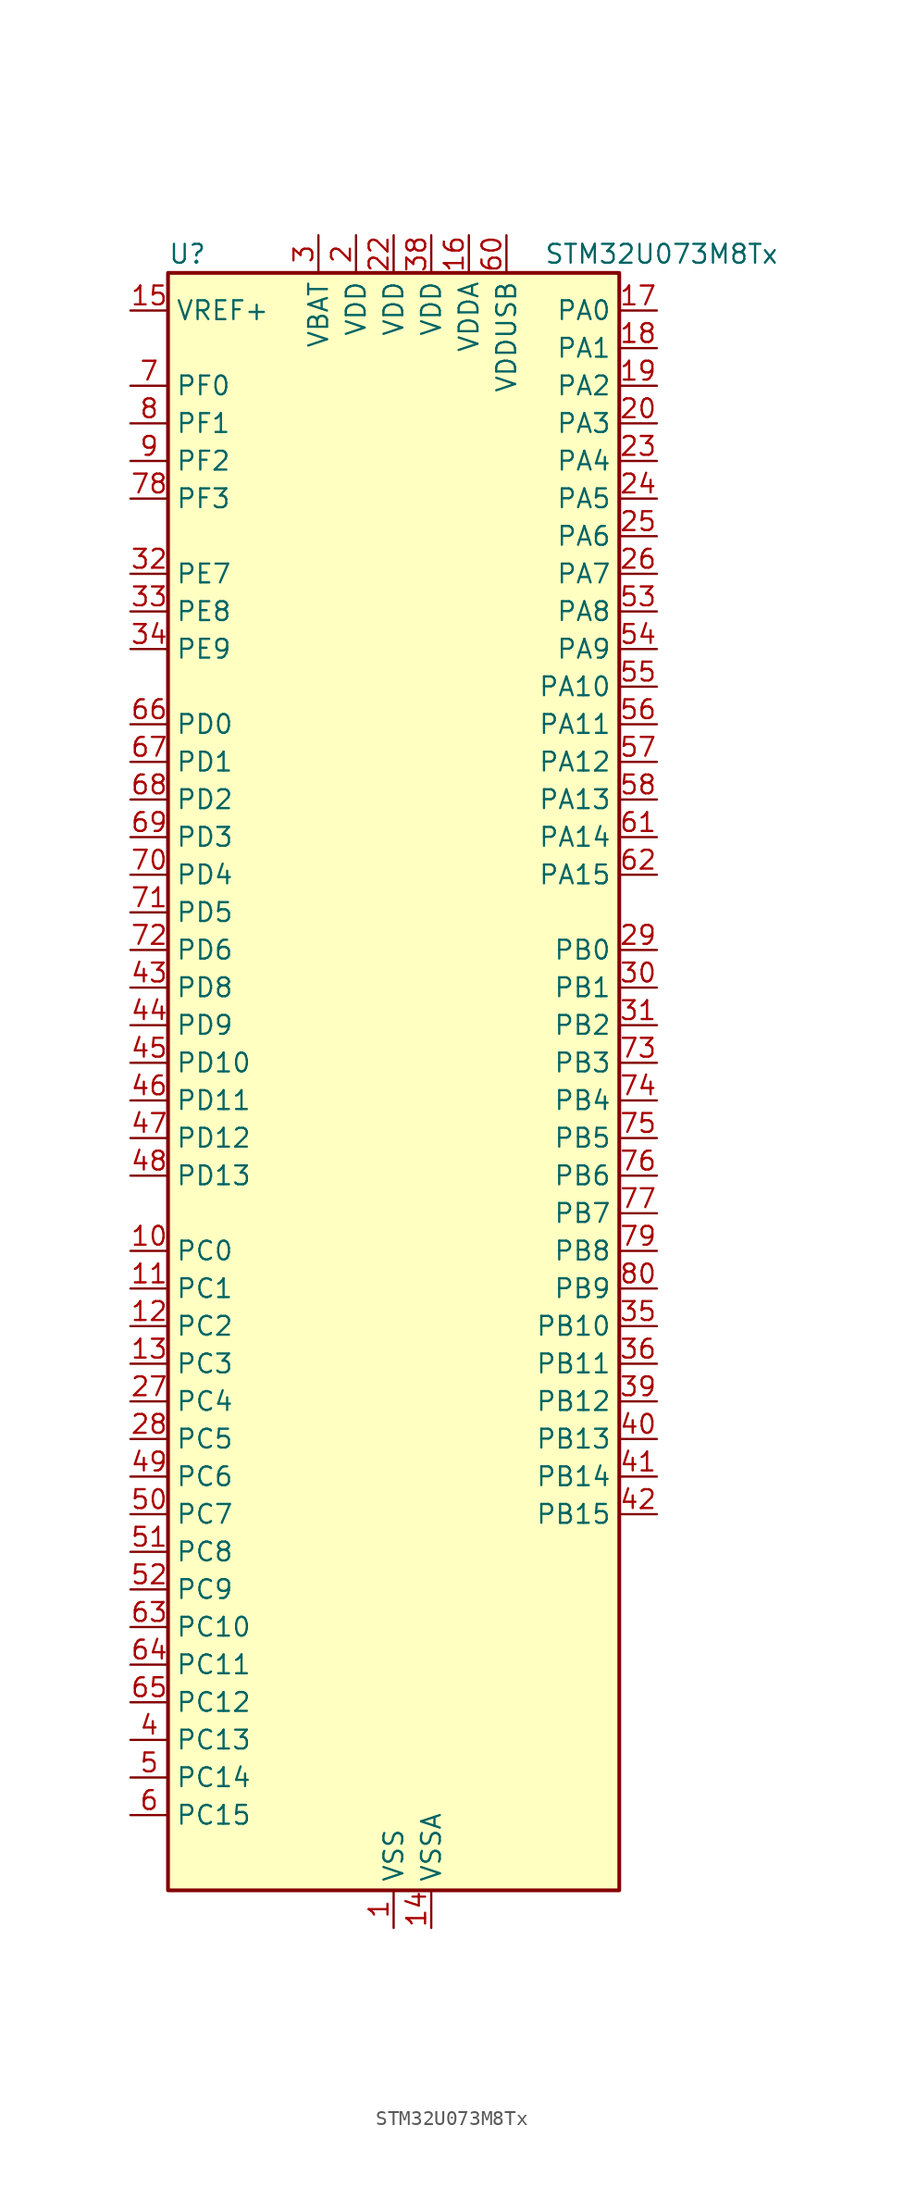
<source format=kicad_sym>
(kicad_symbol_lib
  (version 20231120)
  (generator "kicad_symbol_editor")
  (generator_version "8.99")
  (symbol "STM32U073M8Tx"
    (property "Reference" "U"
      (at -15.24 57.15 0)
      (effects (font (size 1.27 1.27)) (justify left)))
    (property "Value" "STM32U073M8Tx"
      (at 10.16 57.15 0)
      (effects (font (size 1.27 1.27)) (justify left)))
    (property "ki_locked" ""
      (at 0 0 0)
      (effects (font (size 1.27 1.27))))
    (symbol "STM32U073M8Tx_0_1"
      (rectangle (start -15.24 -53.34) (end 15.24 55.88) (stroke (width 0.254) (type default)) (fill (type background))))
    (symbol "STM32U073M8Tx_1_1"
      (pin power_in line (at 0 -55.88 90) (length 2.54) (name "VSS" (effects (font (size 1.27 1.27)))) (number "1" (effects (font (size 1.27 1.27)))))
      (pin bidirectional line (at -17.78 -10.16 0) (length 2.54) (name "PC0" (effects (font (size 1.27 1.27)))) (number "10" (effects (font (size 1.27 1.27)))) (alternate "ADC1_IN0" bidirectional line) (alternate "I2C3_SCL" bidirectional line) (alternate "I2C4_SCL" bidirectional line) (alternate "LCD_BIAS1" bidirectional line) (alternate "LCD_SEG18" bidirectional line) (alternate "LPTIM1_IN1" bidirectional line) (alternate "LPTIM2_IN1" bidirectional line) (alternate "LPUART1_RX" bidirectional line) (alternate "LPUART2_TX" bidirectional line))
      (pin bidirectional line (at -17.78 -12.7 0) (length 2.54) (name "PC1" (effects (font (size 1.27 1.27)))) (number "11" (effects (font (size 1.27 1.27)))) (alternate "ADC1_IN1" bidirectional line) (alternate "I2C3_SDA" bidirectional line) (alternate "I2C4_SDA" bidirectional line) (alternate "LCD_BIAS2" bidirectional line) (alternate "LCD_SEG19" bidirectional line) (alternate "LPTIM1_CH1" bidirectional line) (alternate "LPUART1_TX" bidirectional line) (alternate "LPUART2_RX" bidirectional line))
      (pin bidirectional line (at -17.78 -15.24 0) (length 2.54) (name "PC2" (effects (font (size 1.27 1.27)))) (number "12" (effects (font (size 1.27 1.27)))) (alternate "ADC1_IN2" bidirectional line) (alternate "LCD_BIAS3" bidirectional line) (alternate "LCD_SEG20" bidirectional line) (alternate "LPTIM1_IN2" bidirectional line) (alternate "RCC_MCO2" bidirectional line) (alternate "SPI2_MISO" bidirectional line))
      (pin bidirectional line (at -17.78 -17.78 0) (length 2.54) (name "PC3" (effects (font (size 1.27 1.27)))) (number "13" (effects (font (size 1.27 1.27)))) (alternate "ADC1_IN3" bidirectional line) (alternate "LPTIM1_ETR" bidirectional line) (alternate "LPTIM2_ETR" bidirectional line) (alternate "LPTIM3_CH1" bidirectional line) (alternate "SPI2_MOSI" bidirectional line) (alternate "USART4_CK" bidirectional line))
      (pin power_in line (at 2.54 -55.88 90) (length 2.54) (name "VSSA" (effects (font (size 1.27 1.27)))) (number "14" (effects (font (size 1.27 1.27)))))
      (pin input line (at -17.78 53.34 0) (length 2.54) (name "VREF+" (effects (font (size 1.27 1.27)))) (number "15" (effects (font (size 1.27 1.27)))) (alternate "VREFBUF_OUT" bidirectional line))
      (pin power_in line (at 5.08 58.42 270) (length 2.54) (name "VDDA" (effects (font (size 1.27 1.27)))) (number "16" (effects (font (size 1.27 1.27)))))
      (pin bidirectional line (at 17.78 53.34 180) (length 2.54) (name "PA0" (effects (font (size 1.27 1.27)))) (number "17" (effects (font (size 1.27 1.27)))) (alternate "ADC1_IN4" bidirectional line) (alternate "COMP1_INM" bidirectional line) (alternate "COMP1_OUT" bidirectional line) (alternate "LCD_SEG42" bidirectional line) (alternate "OPAMP1_VINP" bidirectional line) (alternate "PWR_WKUP1" bidirectional line) (alternate "TAMP_IN2" bidirectional line) (alternate "TIM2_CH1" bidirectional line) (alternate "TIM2_ETR" bidirectional line) (alternate "USART2_CTS" bidirectional line) (alternate "USART4_TX" bidirectional line))
      (pin bidirectional line (at 17.78 50.8 180) (length 2.54) (name "PA1" (effects (font (size 1.27 1.27)))) (number "18" (effects (font (size 1.27 1.27)))) (alternate "ADC1_IN5" bidirectional line) (alternate "COMP1_INP" bidirectional line) (alternate "LCD_SEG0" bidirectional line) (alternate "LPTIM1_CH2" bidirectional line) (alternate "OPAMP1_VINM" bidirectional line) (alternate "PWR_WKUP3" bidirectional line) (alternate "SPI1_SCK" bidirectional line) (alternate "SPI2_SCK" bidirectional line) (alternate "TAMP_IN5" bidirectional line) (alternate "TIM15_CH1N" bidirectional line) (alternate "TIM2_CH2" bidirectional line) (alternate "USART2_DE" bidirectional line) (alternate "USART2_RTS" bidirectional line) (alternate "USART4_RX" bidirectional line))
      (pin bidirectional line (at 17.78 48.26 180) (length 2.54) (name "PA2" (effects (font (size 1.27 1.27)))) (number "19" (effects (font (size 1.27 1.27)))) (alternate "ADC1_IN6" bidirectional line) (alternate "COMP2_INM" bidirectional line) (alternate "COMP2_OUT" bidirectional line) (alternate "LCD_SEG1" bidirectional line) (alternate "LPUART1_TX" bidirectional line) (alternate "PWR_WKUP4" bidirectional line) (alternate "RCC_LSCO" bidirectional line) (alternate "TIM15_CH1" bidirectional line) (alternate "TIM2_CH3" bidirectional line) (alternate "USART2_TX" bidirectional line))
      (pin power_in line (at -2.54 58.42 270) (length 2.54) (name "VDD" (effects (font (size 1.27 1.27)))) (number "2" (effects (font (size 1.27 1.27)))))
      (pin bidirectional line (at 17.78 45.72 180) (length 2.54) (name "PA3" (effects (font (size 1.27 1.27)))) (number "20" (effects (font (size 1.27 1.27)))) (alternate "ADC1_IN7" bidirectional line) (alternate "COMP2_INP" bidirectional line) (alternate "LCD_SEG2" bidirectional line) (alternate "LPUART1_RX" bidirectional line) (alternate "OPAMP1_VOUT" bidirectional line) (alternate "TIM15_CH2" bidirectional line) (alternate "TIM2_CH4" bidirectional line) (alternate "USART2_RX" bidirectional line))
      (pin passive line (at 0 -55.88 90) (length 2.54) hide (name "VSS" (effects (font (size 1.27 1.27)))) (number "21" (effects (font (size 1.27 1.27)))))
      (pin power_in line (at 0 58.42 270) (length 2.54) (name "VDD" (effects (font (size 1.27 1.27)))) (number "22" (effects (font (size 1.27 1.27)))))
      (pin bidirectional line (at 17.78 43.18 180) (length 2.54) (name "PA4" (effects (font (size 1.27 1.27)))) (number "23" (effects (font (size 1.27 1.27)))) (alternate "ADC1_IN8" bidirectional line) (alternate "COMP1_INM" bidirectional line) (alternate "COMP2_INM" bidirectional line) (alternate "DAC1_OUT1" bidirectional line) (alternate "LCD_SEG43" bidirectional line) (alternate "LPTIM2_CH1" bidirectional line) (alternate "LPUART3_TX" bidirectional line) (alternate "SPI1_NSS" bidirectional line) (alternate "SPI3_NSS" bidirectional line) (alternate "USART2_CK" bidirectional line))
      (pin bidirectional line (at 17.78 40.64 180) (length 2.54) (name "PA5" (effects (font (size 1.27 1.27)))) (number "24" (effects (font (size 1.27 1.27)))) (alternate "ADC1_IN9" bidirectional line) (alternate "COMP1_INM" bidirectional line) (alternate "COMP2_INM" bidirectional line) (alternate "LCD_SEG44" bidirectional line) (alternate "LPTIM2_ETR" bidirectional line) (alternate "LPUART3_RX" bidirectional line) (alternate "SPI1_SCK" bidirectional line) (alternate "TIM2_CH1" bidirectional line) (alternate "TIM2_ETR" bidirectional line) (alternate "USART3_TX" bidirectional line))
      (pin bidirectional line (at 17.78 38.1 180) (length 2.54) (name "PA6" (effects (font (size 1.27 1.27)))) (number "25" (effects (font (size 1.27 1.27)))) (alternate "ADC1_IN10" bidirectional line) (alternate "COMP1_OUT" bidirectional line) (alternate "I2C2_SDA" bidirectional line) (alternate "I2C3_SDA" bidirectional line) (alternate "LCD_SEG3" bidirectional line) (alternate "LPUART1_CTS" bidirectional line) (alternate "SPI1_MISO" bidirectional line) (alternate "TIM16_CH1" bidirectional line) (alternate "TIM1_BKIN" bidirectional line) (alternate "TIM3_CH1" bidirectional line) (alternate "TSC_G5_IO1" bidirectional line) (alternate "USART3_CTS" bidirectional line))
      (pin bidirectional line (at 17.78 35.56 180) (length 2.54) (name "PA7" (effects (font (size 1.27 1.27)))) (number "26" (effects (font (size 1.27 1.27)))) (alternate "ADC1_IN14" bidirectional line) (alternate "COMP2_OUT" bidirectional line) (alternate "I2C2_SCL" bidirectional line) (alternate "I2C3_SCL" bidirectional line) (alternate "LCD_SEG4" bidirectional line) (alternate "LPTIM2_CH2" bidirectional line) (alternate "SPI1_MOSI" bidirectional line) (alternate "TIM1_CH1N" bidirectional line) (alternate "TIM3_CH2" bidirectional line) (alternate "USART3_RX" bidirectional line))
      (pin bidirectional line (at -17.78 -20.32 0) (length 2.54) (name "PC4" (effects (font (size 1.27 1.27)))) (number "27" (effects (font (size 1.27 1.27)))) (alternate "ADC1_IN15" bidirectional line) (alternate "COMP1_INM" bidirectional line) (alternate "LCD_SEG22" bidirectional line) (alternate "LPUART3_TX" bidirectional line) (alternate "USART3_TX" bidirectional line))
      (pin bidirectional line (at -17.78 -22.86 0) (length 2.54) (name "PC5" (effects (font (size 1.27 1.27)))) (number "28" (effects (font (size 1.27 1.27)))) (alternate "ADC1_IN16" bidirectional line) (alternate "COMP1_INP" bidirectional line) (alternate "LCD_SEG23" bidirectional line) (alternate "LPTIM3_CH3" bidirectional line) (alternate "LPUART3_RX" bidirectional line) (alternate "PWR_WKUP5" bidirectional line) (alternate "TAMP_IN4" bidirectional line) (alternate "USART3_RX" bidirectional line))
      (pin bidirectional line (at 17.78 10.16 180) (length 2.54) (name "PB0" (effects (font (size 1.27 1.27)))) (number "29" (effects (font (size 1.27 1.27)))) (alternate "ADC1_IN17" bidirectional line) (alternate "COMP1_OUT" bidirectional line) (alternate "LCD_SEG5" bidirectional line) (alternate "LPTIM3_CH1" bidirectional line) (alternate "LPUART2_CTS" bidirectional line) (alternate "SPI1_NSS" bidirectional line) (alternate "TIM1_CH2N" bidirectional line) (alternate "TIM3_CH3" bidirectional line) (alternate "TSC_G5_IO2" bidirectional line) (alternate "USART3_CK" bidirectional line))
      (pin power_in line (at -5.08 58.42 270) (length 2.54) (name "VBAT" (effects (font (size 1.27 1.27)))) (number "3" (effects (font (size 1.27 1.27)))))
      (pin bidirectional line (at 17.78 7.62 180) (length 2.54) (name "PB1" (effects (font (size 1.27 1.27)))) (number "30" (effects (font (size 1.27 1.27)))) (alternate "ADC1_IN18" bidirectional line) (alternate "COMP1_INM" bidirectional line) (alternate "LCD_SEG6" bidirectional line) (alternate "LPTIM2_IN1" bidirectional line) (alternate "LPTIM3_CH2" bidirectional line) (alternate "LPUART1_DE" bidirectional line) (alternate "LPUART1_RTS" bidirectional line) (alternate "LPUART2_DE" bidirectional line) (alternate "LPUART2_RTS" bidirectional line) (alternate "TIM1_CH3N" bidirectional line) (alternate "TIM3_CH4" bidirectional line) (alternate "TSC_SYNC" bidirectional line) (alternate "USART3_DE" bidirectional line) (alternate "USART3_RTS" bidirectional line))
      (pin bidirectional line (at 17.78 5.08 180) (length 2.54) (name "PB2" (effects (font (size 1.27 1.27)))) (number "31" (effects (font (size 1.27 1.27)))) (alternate "COMP1_INP" bidirectional line) (alternate "LPTIM1_CH1" bidirectional line) (alternate "RTC_OUT2" bidirectional line))
      (pin bidirectional line (at -17.78 35.56 0) (length 2.54) (name "PE7" (effects (font (size 1.27 1.27)))) (number "32" (effects (font (size 1.27 1.27)))) (alternate "LCD_SEG45" bidirectional line) (alternate "TIM1_ETR" bidirectional line))
      (pin bidirectional line (at -17.78 33.02 0) (length 2.54) (name "PE8" (effects (font (size 1.27 1.27)))) (number "33" (effects (font (size 1.27 1.27)))) (alternate "LCD_SEG46" bidirectional line) (alternate "TIM1_CH1N" bidirectional line))
      (pin bidirectional line (at -17.78 30.48 0) (length 2.54) (name "PE9" (effects (font (size 1.27 1.27)))) (number "34" (effects (font (size 1.27 1.27)))) (alternate "DAC1_EXTI9" bidirectional line) (alternate "LCD_SEG47" bidirectional line) (alternate "LPTIM1_CH3" bidirectional line) (alternate "TIM1_CH1" bidirectional line))
      (pin bidirectional line (at 17.78 -15.24 180) (length 2.54) (name "PB10" (effects (font (size 1.27 1.27)))) (number "35" (effects (font (size 1.27 1.27)))) (alternate "COMP1_OUT" bidirectional line) (alternate "I2C2_SCL" bidirectional line) (alternate "I2C4_SCL" bidirectional line) (alternate "LCD_SEG10" bidirectional line) (alternate "LPTIM3_CH1" bidirectional line) (alternate "LPUART1_RX" bidirectional line) (alternate "LPUART2_RX" bidirectional line) (alternate "SPI2_SCK" bidirectional line) (alternate "TIM2_CH3" bidirectional line) (alternate "TSC_G5_IO3" bidirectional line) (alternate "USART3_TX" bidirectional line))
      (pin bidirectional line (at 17.78 -17.78 180) (length 2.54) (name "PB11" (effects (font (size 1.27 1.27)))) (number "36" (effects (font (size 1.27 1.27)))) (alternate "ADC1_EXTI11" bidirectional line) (alternate "COMP2_OUT" bidirectional line) (alternate "I2C2_SDA" bidirectional line) (alternate "I2C4_SDA" bidirectional line) (alternate "LCD_SEG11" bidirectional line) (alternate "LPUART1_TX" bidirectional line) (alternate "LPUART2_TX" bidirectional line) (alternate "TIM2_CH4" bidirectional line) (alternate "TSC_G5_IO4" bidirectional line) (alternate "USART3_RX" bidirectional line))
      (pin passive line (at 0 -55.88 90) (length 2.54) hide (name "VSS" (effects (font (size 1.27 1.27)))) (number "37" (effects (font (size 1.27 1.27)))))
      (pin power_in line (at 2.54 58.42 270) (length 2.54) (name "VDD" (effects (font (size 1.27 1.27)))) (number "38" (effects (font (size 1.27 1.27)))))
      (pin bidirectional line (at 17.78 -20.32 180) (length 2.54) (name "PB12" (effects (font (size 1.27 1.27)))) (number "39" (effects (font (size 1.27 1.27)))) (alternate "LCD_SEG12" bidirectional line) (alternate "LPUART1_DE" bidirectional line) (alternate "LPUART1_RTS" bidirectional line) (alternate "SPI2_NSS" bidirectional line) (alternate "TIM15_BKIN" bidirectional line) (alternate "TIM1_BKIN" bidirectional line) (alternate "TSC_G1_IO1" bidirectional line) (alternate "USART3_CK" bidirectional line))
      (pin bidirectional line (at -17.78 -43.18 0) (length 2.54) (name "PC13" (effects (font (size 1.27 1.27)))) (number "4" (effects (font (size 1.27 1.27)))) (alternate "LPTIM1_CH3" bidirectional line) (alternate "LPTIM3_CH3" bidirectional line) (alternate "PWR_WKUP2" bidirectional line) (alternate "RTC_OUT1" bidirectional line) (alternate "RTC_TS" bidirectional line) (alternate "TAMP_IN1" bidirectional line))
      (pin bidirectional line (at 17.78 -22.86 180) (length 2.54) (name "PB13" (effects (font (size 1.27 1.27)))) (number "40" (effects (font (size 1.27 1.27)))) (alternate "I2C2_SCL" bidirectional line) (alternate "LCD_SEG13" bidirectional line) (alternate "LPTIM3_IN1" bidirectional line) (alternate "LPUART1_CTS" bidirectional line) (alternate "SPI2_SCK" bidirectional line) (alternate "TIM15_CH1N" bidirectional line) (alternate "TIM1_CH1N" bidirectional line) (alternate "TSC_G1_IO2" bidirectional line) (alternate "USART3_CTS" bidirectional line))
      (pin bidirectional line (at 17.78 -25.4 180) (length 2.54) (name "PB14" (effects (font (size 1.27 1.27)))) (number "41" (effects (font (size 1.27 1.27)))) (alternate "I2C2_SDA" bidirectional line) (alternate "LCD_SEG14" bidirectional line) (alternate "LPTIM3_ETR" bidirectional line) (alternate "SPI2_MISO" bidirectional line) (alternate "TIM15_CH1" bidirectional line) (alternate "TIM1_CH2N" bidirectional line) (alternate "TSC_G1_IO3" bidirectional line) (alternate "USART3_DE" bidirectional line) (alternate "USART3_RTS" bidirectional line))
      (pin bidirectional line (at 17.78 -27.94 180) (length 2.54) (name "PB15" (effects (font (size 1.27 1.27)))) (number "42" (effects (font (size 1.27 1.27)))) (alternate "LCD_SEG15" bidirectional line) (alternate "PWR_WKUP7" bidirectional line) (alternate "RTC_REFIN" bidirectional line) (alternate "SPI2_MOSI" bidirectional line) (alternate "TAMP_IN3" bidirectional line) (alternate "TIM15_CH2" bidirectional line) (alternate "TIM1_CH3N" bidirectional line) (alternate "TSC_G1_IO4" bidirectional line))
      (pin bidirectional line (at -17.78 7.62 0) (length 2.54) (name "PD8" (effects (font (size 1.27 1.27)))) (number "43" (effects (font (size 1.27 1.27)))) (alternate "LCD_SEG28" bidirectional line) (alternate "LPUART3_TX" bidirectional line) (alternate "USART3_TX" bidirectional line))
      (pin bidirectional line (at -17.78 5.08 0) (length 2.54) (name "PD9" (effects (font (size 1.27 1.27)))) (number "44" (effects (font (size 1.27 1.27)))) (alternate "DAC1_EXTI9" bidirectional line) (alternate "LCD_SEG29" bidirectional line) (alternate "LPTIM3_IN1" bidirectional line) (alternate "LPUART3_RX" bidirectional line) (alternate "USART3_RX" bidirectional line))
      (pin bidirectional line (at -17.78 2.54 0) (length 2.54) (name "PD10" (effects (font (size 1.27 1.27)))) (number "45" (effects (font (size 1.27 1.27)))) (alternate "COMP2_INP" bidirectional line) (alternate "LCD_SEG30" bidirectional line) (alternate "LPTIM2_CH2" bidirectional line) (alternate "LPTIM3_ETR" bidirectional line) (alternate "TSC_G6_IO1" bidirectional line) (alternate "USART3_CK" bidirectional line))
      (pin bidirectional line (at -17.78 0 0) (length 2.54) (name "PD11" (effects (font (size 1.27 1.27)))) (number "46" (effects (font (size 1.27 1.27)))) (alternate "ADC1_EXTI11" bidirectional line) (alternate "LCD_SEG31" bidirectional line) (alternate "LPTIM2_ETR" bidirectional line) (alternate "LPUART3_CTS" bidirectional line) (alternate "TSC_G6_IO2" bidirectional line) (alternate "USART3_CTS" bidirectional line))
      (pin bidirectional line (at -17.78 -2.54 0) (length 2.54) (name "PD12" (effects (font (size 1.27 1.27)))) (number "47" (effects (font (size 1.27 1.27)))) (alternate "I2C4_SCL" bidirectional line) (alternate "LCD_SEG32" bidirectional line) (alternate "LPTIM2_IN1" bidirectional line) (alternate "LPUART3_DE" bidirectional line) (alternate "LPUART3_RTS" bidirectional line) (alternate "TSC_G6_IO3" bidirectional line) (alternate "USART3_DE" bidirectional line) (alternate "USART3_RTS" bidirectional line))
      (pin bidirectional line (at -17.78 -5.08 0) (length 2.54) (name "PD13" (effects (font (size 1.27 1.27)))) (number "48" (effects (font (size 1.27 1.27)))) (alternate "I2C4_SDA" bidirectional line) (alternate "LCD_SEG33" bidirectional line) (alternate "LPTIM2_CH1" bidirectional line) (alternate "TSC_G6_IO4" bidirectional line))
      (pin bidirectional line (at -17.78 -25.4 0) (length 2.54) (name "PC6" (effects (font (size 1.27 1.27)))) (number "49" (effects (font (size 1.27 1.27)))) (alternate "COMP1_INP" bidirectional line) (alternate "LCD_SEG24" bidirectional line) (alternate "LPUART2_TX" bidirectional line) (alternate "TIM3_CH1" bidirectional line) (alternate "TSC_G4_IO1" bidirectional line))
      (pin bidirectional line (at -17.78 -45.72 0) (length 2.54) (name "PC14" (effects (font (size 1.27 1.27)))) (number "5" (effects (font (size 1.27 1.27)))) (alternate "RCC_OSC32_IN" bidirectional line))
      (pin bidirectional line (at -17.78 -27.94 0) (length 2.54) (name "PC7" (effects (font (size 1.27 1.27)))) (number "50" (effects (font (size 1.27 1.27)))) (alternate "LCD_SEG25" bidirectional line) (alternate "LPTIM2_CH2" bidirectional line) (alternate "LPTIM3_CH4" bidirectional line) (alternate "LPUART2_RX" bidirectional line) (alternate "TIM3_CH2" bidirectional line) (alternate "TSC_G4_IO2" bidirectional line))
      (pin bidirectional line (at -17.78 -30.48 0) (length 2.54) (name "PC8" (effects (font (size 1.27 1.27)))) (number "51" (effects (font (size 1.27 1.27)))) (alternate "LCD_SEG26" bidirectional line) (alternate "LPTIM3_CH1" bidirectional line) (alternate "TIM3_CH3" bidirectional line) (alternate "TSC_G4_IO3" bidirectional line))
      (pin bidirectional line (at -17.78 -33.02 0) (length 2.54) (name "PC9" (effects (font (size 1.27 1.27)))) (number "52" (effects (font (size 1.27 1.27)))) (alternate "DAC1_EXTI9" bidirectional line) (alternate "LCD_SEG27" bidirectional line) (alternate "LPTIM3_CH2" bidirectional line) (alternate "TIM3_CH4" bidirectional line) (alternate "TSC_G4_IO4" bidirectional line) (alternate "USB_NOE" bidirectional line))
      (pin bidirectional line (at 17.78 33.02 180) (length 2.54) (name "PA8" (effects (font (size 1.27 1.27)))) (number "53" (effects (font (size 1.27 1.27)))) (alternate "LCD_COM0" bidirectional line) (alternate "LPTIM2_CH1" bidirectional line) (alternate "RCC_MCO" bidirectional line) (alternate "RCC_MCO2" bidirectional line) (alternate "TIM1_CH1" bidirectional line) (alternate "TSC_G7_IO1" bidirectional line) (alternate "USART1_CK" bidirectional line))
      (pin bidirectional line (at 17.78 30.48 180) (length 2.54) (name "PA9" (effects (font (size 1.27 1.27)))) (number "54" (effects (font (size 1.27 1.27)))) (alternate "COMP1_INP" bidirectional line) (alternate "DAC1_EXTI9" bidirectional line) (alternate "I2C1_SCL" bidirectional line) (alternate "I2C2_SCL" bidirectional line) (alternate "LCD_COM1" bidirectional line) (alternate "RCC_MCO" bidirectional line) (alternate "TIM15_BKIN" bidirectional line) (alternate "TIM1_CH2" bidirectional line) (alternate "TSC_G7_IO2" bidirectional line) (alternate "USART1_TX" bidirectional line))
      (pin bidirectional line (at 17.78 27.94 180) (length 2.54) (name "PA10" (effects (font (size 1.27 1.27)))) (number "55" (effects (font (size 1.27 1.27)))) (alternate "CRS_SYNC" bidirectional line) (alternate "I2C1_SDA" bidirectional line) (alternate "I2C2_SDA" bidirectional line) (alternate "LCD_COM2" bidirectional line) (alternate "RCC_MCO2" bidirectional line) (alternate "SPI2_NSS" bidirectional line) (alternate "TIM1_CH3" bidirectional line) (alternate "TSC_G7_IO3" bidirectional line) (alternate "USART1_RX" bidirectional line))
      (pin bidirectional line (at 17.78 25.4 180) (length 2.54) (name "PA11" (effects (font (size 1.27 1.27)))) (number "56" (effects (font (size 1.27 1.27)))) (alternate "ADC1_EXTI11" bidirectional line) (alternate "COMP1_OUT" bidirectional line) (alternate "SPI1_MISO" bidirectional line) (alternate "SPI2_MISO" bidirectional line) (alternate "TIM1_BKIN2" bidirectional line) (alternate "TIM1_CH4" bidirectional line) (alternate "USART1_CTS" bidirectional line) (alternate "USB_DM" bidirectional line))
      (pin bidirectional line (at 17.78 22.86 180) (length 2.54) (name "PA12" (effects (font (size 1.27 1.27)))) (number "57" (effects (font (size 1.27 1.27)))) (alternate "SPI1_MOSI" bidirectional line) (alternate "SPI2_MOSI" bidirectional line) (alternate "TIM1_ETR" bidirectional line) (alternate "USART1_DE" bidirectional line) (alternate "USART1_RTS" bidirectional line) (alternate "USB_DP" bidirectional line))
      (pin bidirectional line (at 17.78 20.32 180) (length 2.54) (name "PA13" (effects (font (size 1.27 1.27)))) (number "58" (effects (font (size 1.27 1.27)))) (alternate "DEBUG_JTMS-SWDIO" bidirectional line) (alternate "IR_OUT" bidirectional line) (alternate "LCD_SEG40" bidirectional line) (alternate "TSC_G7_IO4" bidirectional line) (alternate "USB_NOE" bidirectional line))
      (pin passive line (at 0 -55.88 90) (length 2.54) hide (name "VSS" (effects (font (size 1.27 1.27)))) (number "59" (effects (font (size 1.27 1.27)))))
      (pin bidirectional line (at -17.78 -48.26 0) (length 2.54) (name "PC15" (effects (font (size 1.27 1.27)))) (number "6" (effects (font (size 1.27 1.27)))) (alternate "RCC_OSC32_EN" bidirectional line) (alternate "RCC_OSC32_OUT" bidirectional line) (alternate "RCC_OSC_EN" bidirectional line))
      (pin power_in line (at 7.62 58.42 270) (length 2.54) (name "VDDUSB" (effects (font (size 1.27 1.27)))) (number "60" (effects (font (size 1.27 1.27)))))
      (pin bidirectional line (at 17.78 17.78 180) (length 2.54) (name "PA14" (effects (font (size 1.27 1.27)))) (number "61" (effects (font (size 1.27 1.27)))) (alternate "DEBUG_JTCK-SWCLK" bidirectional line) (alternate "LCD_SEG41" bidirectional line) (alternate "LPTIM1_CH1" bidirectional line) (alternate "TSC_G3_IO4" bidirectional line))
      (pin bidirectional line (at 17.78 15.24 180) (length 2.54) (name "PA15" (effects (font (size 1.27 1.27)))) (number "62" (effects (font (size 1.27 1.27)))) (alternate "DEBUG_JTDI" bidirectional line) (alternate "LCD_SEG17" bidirectional line) (alternate "LPTIM3_CH3" bidirectional line) (alternate "LPTIM3_IN2" bidirectional line) (alternate "SPI1_NSS" bidirectional line) (alternate "SPI3_NSS" bidirectional line) (alternate "TIM2_CH1" bidirectional line) (alternate "TIM2_ETR" bidirectional line) (alternate "TSC_G3_IO1" bidirectional line) (alternate "USART2_RX" bidirectional line) (alternate "USART3_DE" bidirectional line) (alternate "USART3_RTS" bidirectional line) (alternate "USART4_DE" bidirectional line) (alternate "USART4_RTS" bidirectional line))
      (pin bidirectional line (at -17.78 -35.56 0) (length 2.54) (name "PC10" (effects (font (size 1.27 1.27)))) (number "63" (effects (font (size 1.27 1.27)))) (alternate "LCD_COM4" bidirectional line) (alternate "LCD_SEG28" bidirectional line) (alternate "LCD_SEG48" bidirectional line) (alternate "LPTIM3_ETR" bidirectional line) (alternate "SPI3_SCK" bidirectional line) (alternate "TSC_G3_IO2" bidirectional line) (alternate "USART3_TX" bidirectional line) (alternate "USART4_TX" bidirectional line))
      (pin bidirectional line (at -17.78 -38.1 0) (length 2.54) (name "PC11" (effects (font (size 1.27 1.27)))) (number "64" (effects (font (size 1.27 1.27)))) (alternate "ADC1_EXTI11" bidirectional line) (alternate "LCD_COM5" bidirectional line) (alternate "LCD_SEG29" bidirectional line) (alternate "LCD_SEG49" bidirectional line) (alternate "LPTIM3_IN1" bidirectional line) (alternate "SPI3_MISO" bidirectional line) (alternate "TSC_G3_IO3" bidirectional line) (alternate "USART3_RX" bidirectional line) (alternate "USART4_RX" bidirectional line))
      (pin bidirectional line (at -17.78 -40.64 0) (length 2.54) (name "PC12" (effects (font (size 1.27 1.27)))) (number "65" (effects (font (size 1.27 1.27)))) (alternate "LCD_COM6" bidirectional line) (alternate "LCD_SEG30" bidirectional line) (alternate "LCD_SEG50" bidirectional line) (alternate "LPTIM3_CH3" bidirectional line) (alternate "SPI3_MOSI" bidirectional line) (alternate "USART3_CK" bidirectional line) (alternate "USART4_CK" bidirectional line))
      (pin bidirectional line (at -17.78 25.4 0) (length 2.54) (name "PD0" (effects (font (size 1.27 1.27)))) (number "66" (effects (font (size 1.27 1.27)))) (alternate "LCD_SEG34" bidirectional line) (alternate "SPI2_NSS" bidirectional line))
      (pin bidirectional line (at -17.78 22.86 0) (length 2.54) (name "PD1" (effects (font (size 1.27 1.27)))) (number "67" (effects (font (size 1.27 1.27)))) (alternate "LCD_SEG35" bidirectional line) (alternate "LPTIM1_CH4" bidirectional line) (alternate "SPI2_SCK" bidirectional line))
      (pin bidirectional line (at -17.78 20.32 0) (length 2.54) (name "PD2" (effects (font (size 1.27 1.27)))) (number "68" (effects (font (size 1.27 1.27)))) (alternate "LCD_COM7" bidirectional line) (alternate "LCD_SEG31" bidirectional line) (alternate "LCD_SEG51" bidirectional line) (alternate "TIM3_ETR" bidirectional line) (alternate "TSC_SYNC" bidirectional line) (alternate "USART3_DE" bidirectional line) (alternate "USART3_RTS" bidirectional line))
      (pin bidirectional line (at -17.78 17.78 0) (length 2.54) (name "PD3" (effects (font (size 1.27 1.27)))) (number "69" (effects (font (size 1.27 1.27)))) (alternate "LCD_SEG36" bidirectional line) (alternate "SPI2_MISO" bidirectional line) (alternate "USART2_CTS" bidirectional line))
      (pin bidirectional line (at -17.78 48.26 0) (length 2.54) (name "PF0" (effects (font (size 1.27 1.27)))) (number "7" (effects (font (size 1.27 1.27)))) (alternate "RCC_OSC_IN" bidirectional line))
      (pin bidirectional line (at -17.78 15.24 0) (length 2.54) (name "PD4" (effects (font (size 1.27 1.27)))) (number "70" (effects (font (size 1.27 1.27)))) (alternate "LCD_SEG37" bidirectional line) (alternate "LPTIM1_CH3" bidirectional line) (alternate "SPI2_MOSI" bidirectional line) (alternate "USART2_DE" bidirectional line) (alternate "USART2_RTS" bidirectional line))
      (pin bidirectional line (at -17.78 12.7 0) (length 2.54) (name "PD5" (effects (font (size 1.27 1.27)))) (number "71" (effects (font (size 1.27 1.27)))) (alternate "LCD_SEG38" bidirectional line) (alternate "USART2_TX" bidirectional line))
      (pin bidirectional line (at -17.78 10.16 0) (length 2.54) (name "PD6" (effects (font (size 1.27 1.27)))) (number "72" (effects (font (size 1.27 1.27)))) (alternate "LCD_SEG39" bidirectional line) (alternate "USART2_RX" bidirectional line))
      (pin bidirectional line (at 17.78 2.54 180) (length 2.54) (name "PB3" (effects (font (size 1.27 1.27)))) (number "73" (effects (font (size 1.27 1.27)))) (alternate "COMP2_INM" bidirectional line) (alternate "DEBUG_JTDO-SWO" bidirectional line) (alternate "I2C2_SCL" bidirectional line) (alternate "I2C3_SCL" bidirectional line) (alternate "LCD_SEG7" bidirectional line) (alternate "LPTIM1_CH3" bidirectional line) (alternate "SPI1_SCK" bidirectional line) (alternate "SPI3_SCK" bidirectional line) (alternate "TIM2_CH2" bidirectional line) (alternate "USART1_DE" bidirectional line) (alternate "USART1_RTS" bidirectional line))
      (pin bidirectional line (at 17.78 0 180) (length 2.54) (name "PB4" (effects (font (size 1.27 1.27)))) (number "74" (effects (font (size 1.27 1.27)))) (alternate "COMP2_INP" bidirectional line) (alternate "I2C2_SDA" bidirectional line) (alternate "I2C3_SDA" bidirectional line) (alternate "LCD_SEG8" bidirectional line) (alternate "LPTIM1_CH4" bidirectional line) (alternate "LPUART3_DE" bidirectional line) (alternate "LPUART3_RTS" bidirectional line) (alternate "SPI1_MISO" bidirectional line) (alternate "SPI3_MISO" bidirectional line) (alternate "TIM3_CH1" bidirectional line) (alternate "TSC_G2_IO1" bidirectional line) (alternate "USART1_CTS" bidirectional line))
      (pin bidirectional line (at 17.78 -2.54 180) (length 2.54) (name "PB5" (effects (font (size 1.27 1.27)))) (number "75" (effects (font (size 1.27 1.27)))) (alternate "COMP2_OUT" bidirectional line) (alternate "LCD_SEG9" bidirectional line) (alternate "LPTIM1_IN1" bidirectional line) (alternate "LPUART3_CTS" bidirectional line) (alternate "SPI1_MOSI" bidirectional line) (alternate "SPI3_MOSI" bidirectional line) (alternate "TIM16_BKIN" bidirectional line) (alternate "TIM3_CH2" bidirectional line) (alternate "TSC_G2_IO2" bidirectional line) (alternate "USART1_CK" bidirectional line))
      (pin bidirectional line (at 17.78 -5.08 180) (length 2.54) (name "PB6" (effects (font (size 1.27 1.27)))) (number "76" (effects (font (size 1.27 1.27)))) (alternate "COMP2_INP" bidirectional line) (alternate "I2C1_SCL" bidirectional line) (alternate "I2C2_SCL" bidirectional line) (alternate "I2C4_SCL" bidirectional line) (alternate "LPTIM1_ETR" bidirectional line) (alternate "LPUART2_TX" bidirectional line) (alternate "LPUART3_TX" bidirectional line) (alternate "TIM16_CH1N" bidirectional line) (alternate "TSC_G2_IO3" bidirectional line) (alternate "USART1_TX" bidirectional line))
      (pin bidirectional line (at 17.78 -7.62 180) (length 2.54) (name "PB7" (effects (font (size 1.27 1.27)))) (number "77" (effects (font (size 1.27 1.27)))) (alternate "COMP2_INM" bidirectional line) (alternate "I2C1_SDA" bidirectional line) (alternate "I2C2_SDA" bidirectional line) (alternate "I2C4_SDA" bidirectional line) (alternate "LCD_SEG21" bidirectional line) (alternate "LPTIM1_IN2" bidirectional line) (alternate "LPUART2_RX" bidirectional line) (alternate "LPUART3_RX" bidirectional line) (alternate "PWR_PVD_IN" bidirectional line) (alternate "TSC_G2_IO4" bidirectional line) (alternate "USART1_RX" bidirectional line) (alternate "USART4_CTS" bidirectional line))
      (pin bidirectional line (at -17.78 40.64 0) (length 2.54) (name "PF3" (effects (font (size 1.27 1.27)))) (number "78" (effects (font (size 1.27 1.27)))))
      (pin bidirectional line (at 17.78 -10.16 180) (length 2.54) (name "PB8" (effects (font (size 1.27 1.27)))) (number "79" (effects (font (size 1.27 1.27)))) (alternate "I2C1_SCL" bidirectional line) (alternate "I2C2_SCL" bidirectional line) (alternate "LCD_SEG16" bidirectional line) (alternate "LPTIM1_IN2" bidirectional line) (alternate "LPTIM3_IN2" bidirectional line) (alternate "TIM16_CH1" bidirectional line) (alternate "USART3_TX" bidirectional line))
      (pin bidirectional line (at -17.78 45.72 0) (length 2.54) (name "PF1" (effects (font (size 1.27 1.27)))) (number "8" (effects (font (size 1.27 1.27)))) (alternate "RCC_OSC_EN" bidirectional line) (alternate "RCC_OSC_OUT" bidirectional line))
      (pin bidirectional line (at 17.78 -12.7 180) (length 2.54) (name "PB9" (effects (font (size 1.27 1.27)))) (number "80" (effects (font (size 1.27 1.27)))) (alternate "DAC1_EXTI9" bidirectional line) (alternate "I2C1_SDA" bidirectional line) (alternate "I2C2_SDA" bidirectional line) (alternate "IR_OUT" bidirectional line) (alternate "LCD_COM3" bidirectional line) (alternate "LPTIM1_CH4" bidirectional line) (alternate "LPTIM3_CH4" bidirectional line) (alternate "SPI2_NSS" bidirectional line) (alternate "USART3_RX" bidirectional line))
      (pin bidirectional line (at -17.78 43.18 0) (length 2.54) (name "PF2" (effects (font (size 1.27 1.27)))) (number "9" (effects (font (size 1.27 1.27)))) (alternate "RCC_MCO" bidirectional line)))))
</source>
